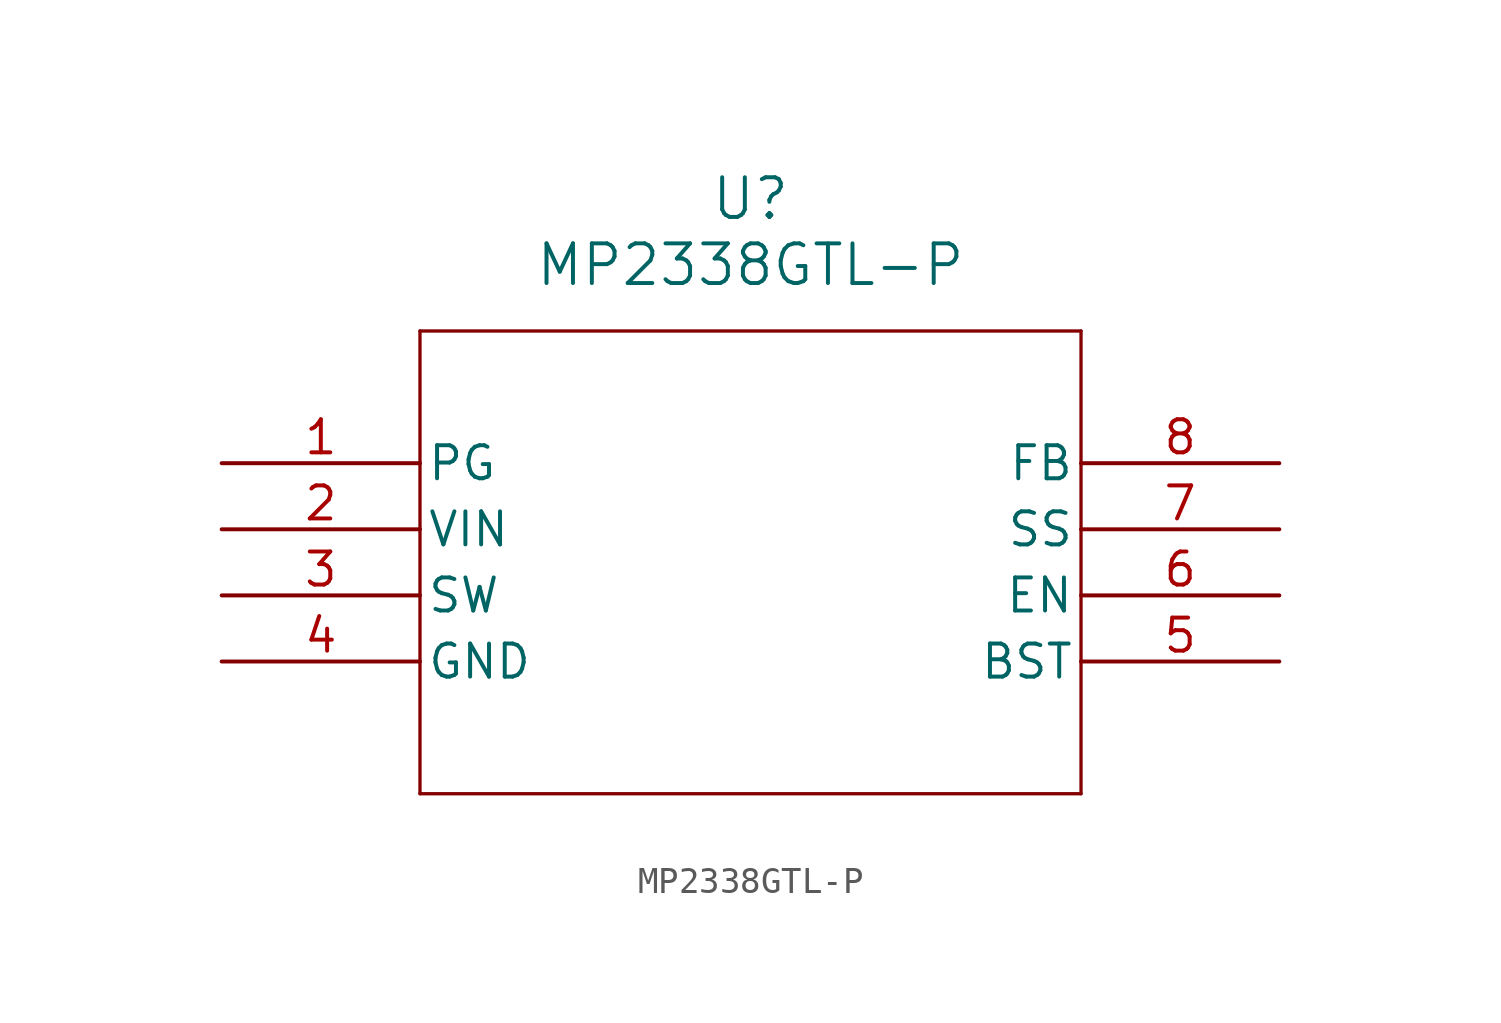
<source format=kicad_sym>
(kicad_symbol_lib
  (version 20211014)
  (generator kicad_symbol_editor)
  (symbol "MP2338GTL-P"
    (pin_names
      (offset 0.254))
    (property "Reference" "U"
      (at 20.32 10.16 0)
      (effects (font (size 1.524 1.524))))
    (property "Value" "MP2338GTL-P"
      (at 20.32 7.62 0)
      (effects (font (size 1.524 1.524))))
    (symbol "MP2338GTL-P_0_1"
      (polyline (pts (xy 7.62 5.08) (xy 7.62 -12.7)) (stroke (width 0.127) (type default) (color 0 0 0 0)) (fill (type none)))
      (polyline (pts (xy 7.62 -12.7) (xy 33.02 -12.7)) (stroke (width 0.127) (type default) (color 0 0 0 0)) (fill (type none)))
      (polyline (pts (xy 33.02 -12.7) (xy 33.02 5.08)) (stroke (width 0.127) (type default) (color 0 0 0 0)) (fill (type none)))
      (polyline (pts (xy 33.02 5.08) (xy 7.62 5.08)) (stroke (width 0.127) (type default) (color 0 0 0 0)) (fill (type none)))
      (pin output line (at 0 0 0) (length 7.62) (name "PG" (effects (font (size 1.27 1.27)))) (number "1" (effects (font (size 1.27 1.27)))))
      (pin power_in line (at 0 -2.54 0) (length 7.62) (name "VIN" (effects (font (size 1.27 1.27)))) (number "2" (effects (font (size 1.27 1.27)))))
      (pin output line (at 0 -5.08 0) (length 7.62) (name "SW" (effects (font (size 1.27 1.27)))) (number "3" (effects (font (size 1.27 1.27)))))
      (pin power_in line (at 0 -7.62 0) (length 7.62) (name "GND" (effects (font (size 1.27 1.27)))) (number "4" (effects (font (size 1.27 1.27)))))
      (pin power_in line (at 40.64 -7.62 180) (length 7.62) (name "BST" (effects (font (size 1.27 1.27)))) (number "5" (effects (font (size 1.27 1.27)))))
      (pin input line (at 40.64 -5.08 180) (length 7.62) (name "EN" (effects (font (size 1.27 1.27)))) (number "6" (effects (font (size 1.27 1.27)))))
      (pin unspecified line (at 40.64 -2.54 180) (length 7.62) (name "SS" (effects (font (size 1.27 1.27)))) (number "7" (effects (font (size 1.27 1.27)))))
      (pin output line (at 40.64 0 180) (length 7.62) (name "FB" (effects (font (size 1.27 1.27)))) (number "8" (effects (font (size 1.27 1.27))))))))
</source>
